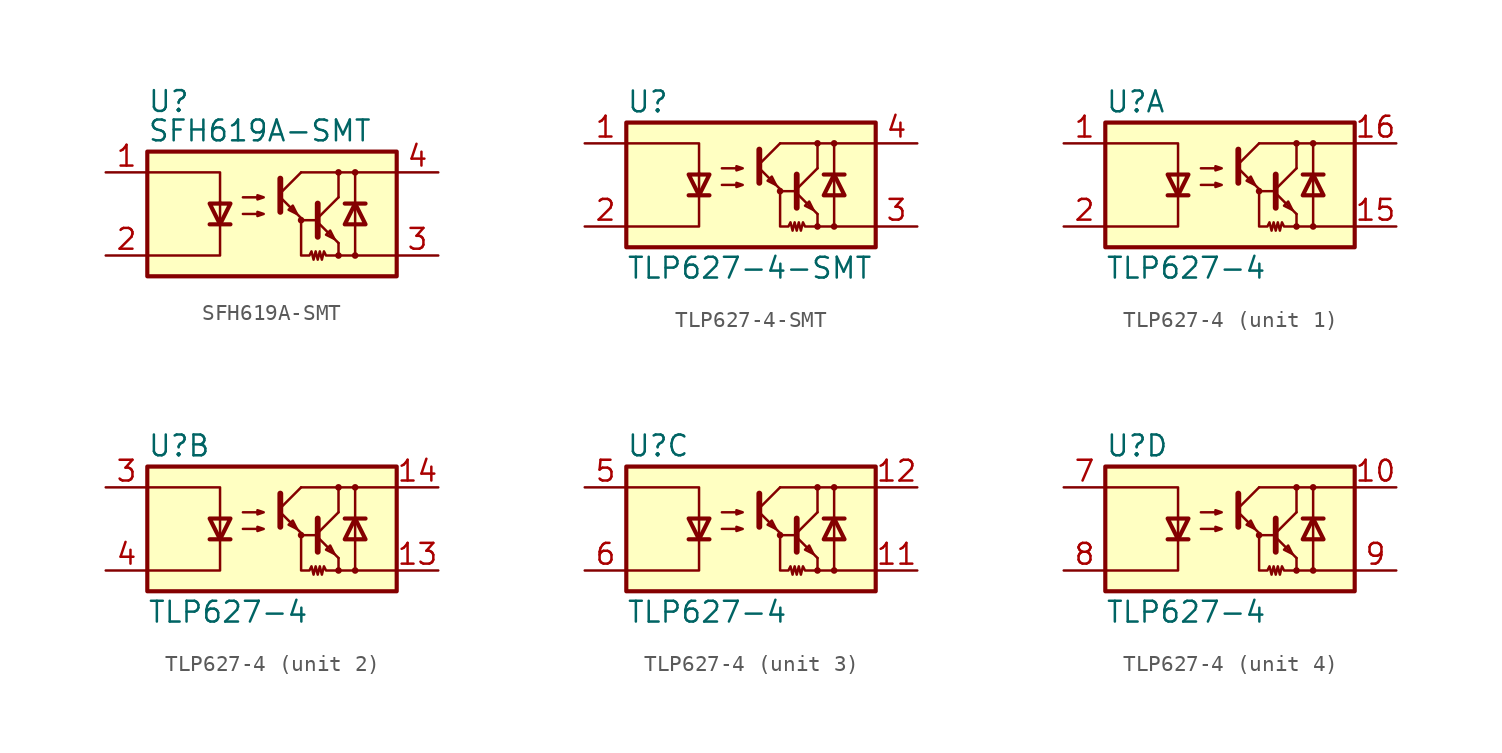
<source format=kicad_sym>
(kicad_symbol_lib
  (version 20231120)
  (generator "kicad_symbol_editor")
  (generator_version "8.0")
  (symbol "SFH619A-SMT"
    (pin_names
      (offset 1.016))
    (property "Reference" "U"
      (at -7.62 7.62 0)
      (effects (font (size 1.27 1.27)) (justify left top)))
    (property "Value" "SFH619A-SMT"
      (at -7.62 5.08 0)
      (effects (font (size 1.27 1.27)) (justify left)))
    (symbol "SFH619A-SMT_0_1"
      (rectangle (start -7.62 3.81) (end 7.62 -3.81) (stroke (width 0.254) (type default)) (fill (type background)))
      (polyline (pts (xy -3.81 -0.635) (xy -2.54 -0.635)) (stroke (width 0.254) (type default)) (fill (type none)))
      (polyline (pts (xy 0.508 1.016) (xy 1.778 -0.254)) (stroke (width 0) (type default)) (fill (type none)))
      (polyline (pts (xy 0.508 1.27) (xy 1.778 2.54)) (stroke (width 0) (type default)) (fill (type none)))
      (polyline (pts (xy 0.508 2.159) (xy 0.508 0.127)) (stroke (width 0.356) (type default)) (fill (type none)))
      (polyline (pts (xy 1.778 2.54) (xy 7.62 2.54)) (stroke (width 0) (type default)) (fill (type none)))
      (polyline (pts (xy 2.794 -0.508) (xy 4.064 -1.778)) (stroke (width 0) (type default)) (fill (type none)))
      (polyline (pts (xy 2.794 -0.381) (xy 1.778 -0.381)) (stroke (width 0) (type default)) (fill (type none)))
      (polyline (pts (xy 2.794 -0.254) (xy 4.064 1.016)) (stroke (width 0) (type default)) (fill (type none)))
      (polyline (pts (xy 4.064 -2.54) (xy 7.62 -2.54)) (stroke (width 0) (type default)) (fill (type none)))
      (polyline (pts (xy 4.064 -1.778) (xy 4.064 -2.54)) (stroke (width 0) (type default)) (fill (type none)))
      (polyline (pts (xy 4.064 1.016) (xy 4.064 2.54)) (stroke (width 0) (type default)) (fill (type none)))
      (polyline (pts (xy 4.445 0.635) (xy 5.715 0.635)) (stroke (width 0.254) (type default)) (fill (type none)))
      (polyline (pts (xy 5.08 -0.635) (xy 5.08 -2.54)) (stroke (width 0) (type default)) (fill (type none)))
      (polyline (pts (xy 5.08 -0.635) (xy 5.08 2.54)) (stroke (width 0) (type default)) (fill (type none)))
      (polyline (pts (xy -7.62 2.54) (xy -3.175 2.54) (xy -3.175 0.635)) (stroke (width 0) (type default)) (fill (type none)))
      (polyline (pts (xy -3.175 0.762) (xy -3.175 -2.54) (xy -7.62 -2.54)) (stroke (width 0) (type default)) (fill (type none)))
      (polyline (pts (xy 2.794 0.635) (xy 2.794 -1.397) (xy 2.794 -1.397)) (stroke (width 0.356) (type default)) (fill (type none)))
      (polyline (pts (xy -3.175 -0.635) (xy -3.81 0.635) (xy -2.54 0.635) (xy -3.175 -0.635)) (stroke (width 0.254) (type default)) (fill (type none)))
      (polyline (pts (xy 1.524 0) (xy 1.27 0.508) (xy 1.016 0.254) (xy 1.524 0)) (stroke (width 0) (type default)) (fill (type none)))
      (polyline (pts (xy 3.81 -1.524) (xy 3.556 -1.016) (xy 3.302 -1.27) (xy 3.81 -1.524)) (stroke (width 0) (type default)) (fill (type none)))
      (polyline (pts (xy 5.08 0.635) (xy 4.445 -0.635) (xy 5.715 -0.635) (xy 5.08 0.635)) (stroke (width 0.254) (type default)) (fill (type none)))
      (polyline (pts (xy -1.778 0) (xy -0.508 0) (xy -0.889 -0.127) (xy -0.889 0.127) (xy -0.508 0)) (stroke (width 0) (type default)) (fill (type none)))
      (polyline (pts (xy -1.778 1.016) (xy -0.508 1.016) (xy -0.889 0.889) (xy -0.889 1.143) (xy -0.508 1.016)) (stroke (width 0) (type default)) (fill (type none)))
      (polyline (pts (xy 1.778 -0.254) (xy 1.778 -2.54) (xy 2.286 -2.54) (xy 2.413 -2.286) (xy 2.54 -2.794) (xy 2.667 -2.286) (xy 2.794 -2.794) (xy 2.921 -2.286) (xy 3.048 -2.794) (xy 3.175 -2.286) (xy 3.302 -2.54) (xy 4.064 -2.54)) (stroke (width 0) (type default)) (fill (type none)))
      (circle (center 1.778 -0.381) (radius 0.127) (stroke (width 0) (type default)) (fill (type none)))
      (circle (center 4.064 -2.54) (radius 0.127) (stroke (width 0) (type default)) (fill (type none)))
      (circle (center 4.064 2.54) (radius 0.127) (stroke (width 0) (type default)) (fill (type none)))
      (circle (center 5.08 -2.54) (radius 0.127) (stroke (width 0) (type default)) (fill (type none)))
      (circle (center 5.08 2.54) (radius 0.127) (stroke (width 0) (type default)) (fill (type none))))
    (symbol "SFH619A-SMT_1_1"
      (pin passive line (at -10.16 2.54 0) (length 2.54) (name "~" (effects (font (size 1.27 1.27)))) (number "1" (effects (font (size 1.27 1.27)))))
      (pin passive line (at -10.16 -2.54 0) (length 2.54) (name "~" (effects (font (size 1.27 1.27)))) (number "2" (effects (font (size 1.27 1.27)))))
      (pin passive line (at 10.16 -2.54 180) (length 2.54) (name "~" (effects (font (size 1.27 1.27)))) (number "3" (effects (font (size 1.27 1.27)))))
      (pin passive line (at 10.16 2.54 180) (length 2.54) (name "~" (effects (font (size 1.27 1.27)))) (number "4" (effects (font (size 1.27 1.27)))))))
  (symbol "TLP627-4-SMT"
    (pin_names
      (offset 1.016))
    (property "Reference" "U"
      (at -7.62 5.08 0)
      (effects (font (size 1.27 1.27)) (justify left)))
    (property "Value" "TLP627-4-SMT"
      (at -7.62 -5.08 0)
      (effects (font (size 1.27 1.27)) (justify left)))
    (symbol "TLP627-4-SMT_0_1"
      (rectangle (start -7.62 3.81) (end 7.62 -3.81) (stroke (width 0.254) (type default)) (fill (type background)))
      (polyline (pts (xy -3.81 -0.635) (xy -2.54 -0.635)) (stroke (width 0.254) (type default)) (fill (type none)))
      (polyline (pts (xy 0.508 1.016) (xy 1.778 -0.254)) (stroke (width 0) (type default)) (fill (type none)))
      (polyline (pts (xy 0.508 1.27) (xy 1.778 2.54)) (stroke (width 0) (type default)) (fill (type none)))
      (polyline (pts (xy 0.508 2.159) (xy 0.508 0.127)) (stroke (width 0.356) (type default)) (fill (type none)))
      (polyline (pts (xy 1.778 2.54) (xy 7.62 2.54)) (stroke (width 0) (type default)) (fill (type none)))
      (polyline (pts (xy 2.794 -0.508) (xy 4.064 -1.778)) (stroke (width 0) (type default)) (fill (type none)))
      (polyline (pts (xy 2.794 -0.381) (xy 1.778 -0.381)) (stroke (width 0) (type default)) (fill (type none)))
      (polyline (pts (xy 2.794 -0.254) (xy 4.064 1.016)) (stroke (width 0) (type default)) (fill (type none)))
      (polyline (pts (xy 4.064 -2.54) (xy 7.62 -2.54)) (stroke (width 0) (type default)) (fill (type none)))
      (polyline (pts (xy 4.064 -1.778) (xy 4.064 -2.54)) (stroke (width 0) (type default)) (fill (type none)))
      (polyline (pts (xy 4.064 1.016) (xy 4.064 2.54)) (stroke (width 0) (type default)) (fill (type none)))
      (polyline (pts (xy 4.445 0.635) (xy 5.715 0.635)) (stroke (width 0.254) (type default)) (fill (type none)))
      (polyline (pts (xy 5.08 -0.635) (xy 5.08 -2.54)) (stroke (width 0) (type default)) (fill (type none)))
      (polyline (pts (xy 5.08 -0.635) (xy 5.08 2.54)) (stroke (width 0) (type default)) (fill (type none)))
      (polyline (pts (xy -7.62 2.54) (xy -3.175 2.54) (xy -3.175 0.635)) (stroke (width 0) (type default)) (fill (type none)))
      (polyline (pts (xy -3.175 0.762) (xy -3.175 -2.54) (xy -7.62 -2.54)) (stroke (width 0) (type default)) (fill (type none)))
      (polyline (pts (xy 2.794 0.635) (xy 2.794 -1.397) (xy 2.794 -1.397)) (stroke (width 0.356) (type default)) (fill (type none)))
      (polyline (pts (xy -3.175 -0.635) (xy -3.81 0.635) (xy -2.54 0.635) (xy -3.175 -0.635)) (stroke (width 0.254) (type default)) (fill (type none)))
      (polyline (pts (xy 1.524 0) (xy 1.27 0.508) (xy 1.016 0.254) (xy 1.524 0)) (stroke (width 0) (type default)) (fill (type none)))
      (polyline (pts (xy 3.81 -1.524) (xy 3.556 -1.016) (xy 3.302 -1.27) (xy 3.81 -1.524)) (stroke (width 0) (type default)) (fill (type none)))
      (polyline (pts (xy 5.08 0.635) (xy 4.445 -0.635) (xy 5.715 -0.635) (xy 5.08 0.635)) (stroke (width 0.254) (type default)) (fill (type none)))
      (polyline (pts (xy -1.778 0) (xy -0.508 0) (xy -0.889 -0.127) (xy -0.889 0.127) (xy -0.508 0)) (stroke (width 0) (type default)) (fill (type none)))
      (polyline (pts (xy -1.778 1.016) (xy -0.508 1.016) (xy -0.889 0.889) (xy -0.889 1.143) (xy -0.508 1.016)) (stroke (width 0) (type default)) (fill (type none)))
      (polyline (pts (xy 1.778 -0.254) (xy 1.778 -2.54) (xy 2.286 -2.54) (xy 2.413 -2.286) (xy 2.54 -2.794) (xy 2.667 -2.286) (xy 2.794 -2.794) (xy 2.921 -2.286) (xy 3.048 -2.794) (xy 3.175 -2.286) (xy 3.302 -2.54) (xy 4.064 -2.54)) (stroke (width 0) (type default)) (fill (type none)))
      (circle (center 1.778 -0.381) (radius 0.127) (stroke (width 0) (type default)) (fill (type none)))
      (circle (center 4.064 -2.54) (radius 0.127) (stroke (width 0) (type default)) (fill (type none)))
      (circle (center 4.064 2.54) (radius 0.127) (stroke (width 0) (type default)) (fill (type none)))
      (circle (center 5.08 -2.54) (radius 0.127) (stroke (width 0) (type default)) (fill (type none)))
      (circle (center 5.08 2.54) (radius 0.127) (stroke (width 0) (type default)) (fill (type none))))
    (symbol "TLP627-4-SMT_1_1"
      (pin passive line (at -10.16 2.54 0) (length 2.54) (name "~" (effects (font (size 1.27 1.27)))) (number "1" (effects (font (size 1.27 1.27)))))
      (pin passive line (at -10.16 -2.54 0) (length 2.54) (name "~" (effects (font (size 1.27 1.27)))) (number "2" (effects (font (size 1.27 1.27)))))
      (pin passive line (at 10.16 -2.54 180) (length 2.54) (name "~" (effects (font (size 1.27 1.27)))) (number "3" (effects (font (size 1.27 1.27)))))
      (pin passive line (at 10.16 2.54 180) (length 2.54) (name "~" (effects (font (size 1.27 1.27)))) (number "4" (effects (font (size 1.27 1.27)))))))
  (symbol "TLP627-4"
    (pin_names
      (offset 1.016))
    (property "Reference" "U"
      (at -7.62 5.08 0)
      (effects (font (size 1.27 1.27)) (justify left)))
    (property "Value" "TLP627-4"
      (at -7.62 -5.08 0)
      (effects (font (size 1.27 1.27)) (justify left)))
    (symbol "TLP627-4_0_1"
      (rectangle (start -7.62 3.81) (end 7.62 -3.81) (stroke (width 0.254) (type default)) (fill (type background)))
      (polyline (pts (xy -3.81 -0.635) (xy -2.54 -0.635)) (stroke (width 0.254) (type default)) (fill (type none)))
      (polyline (pts (xy 0.508 1.016) (xy 1.778 -0.254)) (stroke (width 0) (type default)) (fill (type none)))
      (polyline (pts (xy 0.508 1.27) (xy 1.778 2.54)) (stroke (width 0) (type default)) (fill (type none)))
      (polyline (pts (xy 0.508 2.159) (xy 0.508 0.127)) (stroke (width 0.356) (type default)) (fill (type none)))
      (polyline (pts (xy 1.778 2.54) (xy 7.62 2.54)) (stroke (width 0) (type default)) (fill (type none)))
      (polyline (pts (xy 2.794 -0.508) (xy 4.064 -1.778)) (stroke (width 0) (type default)) (fill (type none)))
      (polyline (pts (xy 2.794 -0.381) (xy 1.778 -0.381)) (stroke (width 0) (type default)) (fill (type none)))
      (polyline (pts (xy 2.794 -0.254) (xy 4.064 1.016)) (stroke (width 0) (type default)) (fill (type none)))
      (polyline (pts (xy 4.064 -2.54) (xy 7.62 -2.54)) (stroke (width 0) (type default)) (fill (type none)))
      (polyline (pts (xy 4.064 -1.778) (xy 4.064 -2.54)) (stroke (width 0) (type default)) (fill (type none)))
      (polyline (pts (xy 4.064 1.016) (xy 4.064 2.54)) (stroke (width 0) (type default)) (fill (type none)))
      (polyline (pts (xy 4.445 0.635) (xy 5.715 0.635)) (stroke (width 0.254) (type default)) (fill (type none)))
      (polyline (pts (xy 5.08 0.635) (xy 5.08 -2.54)) (stroke (width 0) (type default)) (fill (type none)))
      (polyline (pts (xy 5.08 0.635) (xy 5.08 2.54)) (stroke (width 0) (type default)) (fill (type none)))
      (polyline (pts (xy -7.62 2.54) (xy -3.175 2.54) (xy -3.175 -0.635)) (stroke (width 0) (type default)) (fill (type none)))
      (polyline (pts (xy -3.175 -0.635) (xy -3.175 -2.54) (xy -7.62 -2.54)) (stroke (width 0) (type default)) (fill (type none)))
      (polyline (pts (xy 2.794 0.635) (xy 2.794 -1.397) (xy 2.794 -1.397)) (stroke (width 0.356) (type default)) (fill (type none)))
      (polyline (pts (xy -3.175 -0.635) (xy -3.81 0.635) (xy -2.54 0.635) (xy -3.175 -0.635)) (stroke (width 0.254) (type default)) (fill (type none)))
      (polyline (pts (xy 1.524 0) (xy 1.27 0.508) (xy 1.016 0.254) (xy 1.524 0)) (stroke (width 0) (type default)) (fill (type none)))
      (polyline (pts (xy 3.81 -1.524) (xy 3.556 -1.016) (xy 3.302 -1.27) (xy 3.81 -1.524)) (stroke (width 0) (type default)) (fill (type none)))
      (polyline (pts (xy 5.08 0.635) (xy 4.445 -0.635) (xy 5.715 -0.635) (xy 5.08 0.635)) (stroke (width 0.254) (type default)) (fill (type none)))
      (polyline (pts (xy -1.778 0) (xy -0.508 0) (xy -0.889 -0.127) (xy -0.889 0.127) (xy -0.508 0)) (stroke (width 0) (type default)) (fill (type none)))
      (polyline (pts (xy -1.778 1.016) (xy -0.508 1.016) (xy -0.889 0.889) (xy -0.889 1.143) (xy -0.508 1.016)) (stroke (width 0) (type default)) (fill (type none)))
      (polyline (pts (xy 1.778 -0.254) (xy 1.778 -2.54) (xy 2.286 -2.54) (xy 2.413 -2.286) (xy 2.54 -2.794) (xy 2.667 -2.286) (xy 2.794 -2.794) (xy 2.921 -2.286) (xy 3.048 -2.794) (xy 3.175 -2.286) (xy 3.302 -2.54) (xy 4.064 -2.54)) (stroke (width 0) (type default)) (fill (type none)))
      (circle (center 1.778 -0.381) (radius 0.127) (stroke (width 0) (type default)) (fill (type none)))
      (circle (center 4.064 -2.54) (radius 0.127) (stroke (width 0) (type default)) (fill (type none)))
      (circle (center 4.064 2.54) (radius 0.127) (stroke (width 0) (type default)) (fill (type none)))
      (circle (center 5.08 -2.54) (radius 0.127) (stroke (width 0) (type default)) (fill (type none)))
      (circle (center 5.08 2.54) (radius 0.127) (stroke (width 0) (type default)) (fill (type none))))
    (symbol "TLP627-4_1_1"
      (pin passive line (at -10.16 2.54 0) (length 2.54) (name "~" (effects (font (size 1.27 1.27)))) (number "1" (effects (font (size 1.27 1.27)))))
      (pin passive line (at 10.16 -2.54 180) (length 2.54) (name "~" (effects (font (size 1.27 1.27)))) (number "15" (effects (font (size 1.27 1.27)))))
      (pin passive line (at 10.16 2.54 180) (length 2.54) (name "~" (effects (font (size 1.27 1.27)))) (number "16" (effects (font (size 1.27 1.27)))))
      (pin passive line (at -10.16 -2.54 0) (length 2.54) (name "~" (effects (font (size 1.27 1.27)))) (number "2" (effects (font (size 1.27 1.27))))))
    (symbol "TLP627-4_2_1"
      (pin passive line (at 10.16 -2.54 180) (length 2.54) (name "~" (effects (font (size 1.27 1.27)))) (number "13" (effects (font (size 1.27 1.27)))))
      (pin passive line (at 10.16 2.54 180) (length 2.54) (name "~" (effects (font (size 1.27 1.27)))) (number "14" (effects (font (size 1.27 1.27)))))
      (pin passive line (at -10.16 2.54 0) (length 2.54) (name "~" (effects (font (size 1.27 1.27)))) (number "3" (effects (font (size 1.27 1.27)))))
      (pin passive line (at -10.16 -2.54 0) (length 2.54) (name "~" (effects (font (size 1.27 1.27)))) (number "4" (effects (font (size 1.27 1.27))))))
    (symbol "TLP627-4_3_1"
      (pin passive line (at 10.16 -2.54 180) (length 2.54) (name "~" (effects (font (size 1.27 1.27)))) (number "11" (effects (font (size 1.27 1.27)))))
      (pin passive line (at 10.16 2.54 180) (length 2.54) (name "~" (effects (font (size 1.27 1.27)))) (number "12" (effects (font (size 1.27 1.27)))))
      (pin passive line (at -10.16 2.54 0) (length 2.54) (name "~" (effects (font (size 1.27 1.27)))) (number "5" (effects (font (size 1.27 1.27)))))
      (pin passive line (at -10.16 -2.54 0) (length 2.54) (name "~" (effects (font (size 1.27 1.27)))) (number "6" (effects (font (size 1.27 1.27))))))
    (symbol "TLP627-4_4_1"
      (pin passive line (at 10.16 2.54 180) (length 2.54) (name "~" (effects (font (size 1.27 1.27)))) (number "10" (effects (font (size 1.27 1.27)))))
      (pin passive line (at -10.16 2.54 0) (length 2.54) (name "~" (effects (font (size 1.27 1.27)))) (number "7" (effects (font (size 1.27 1.27)))))
      (pin passive line (at -10.16 -2.54 0) (length 2.54) (name "~" (effects (font (size 1.27 1.27)))) (number "8" (effects (font (size 1.27 1.27)))))
      (pin passive line (at 10.16 -2.54 180) (length 2.54) (name "~" (effects (font (size 1.27 1.27)))) (number "9" (effects (font (size 1.27 1.27))))))))
</source>
